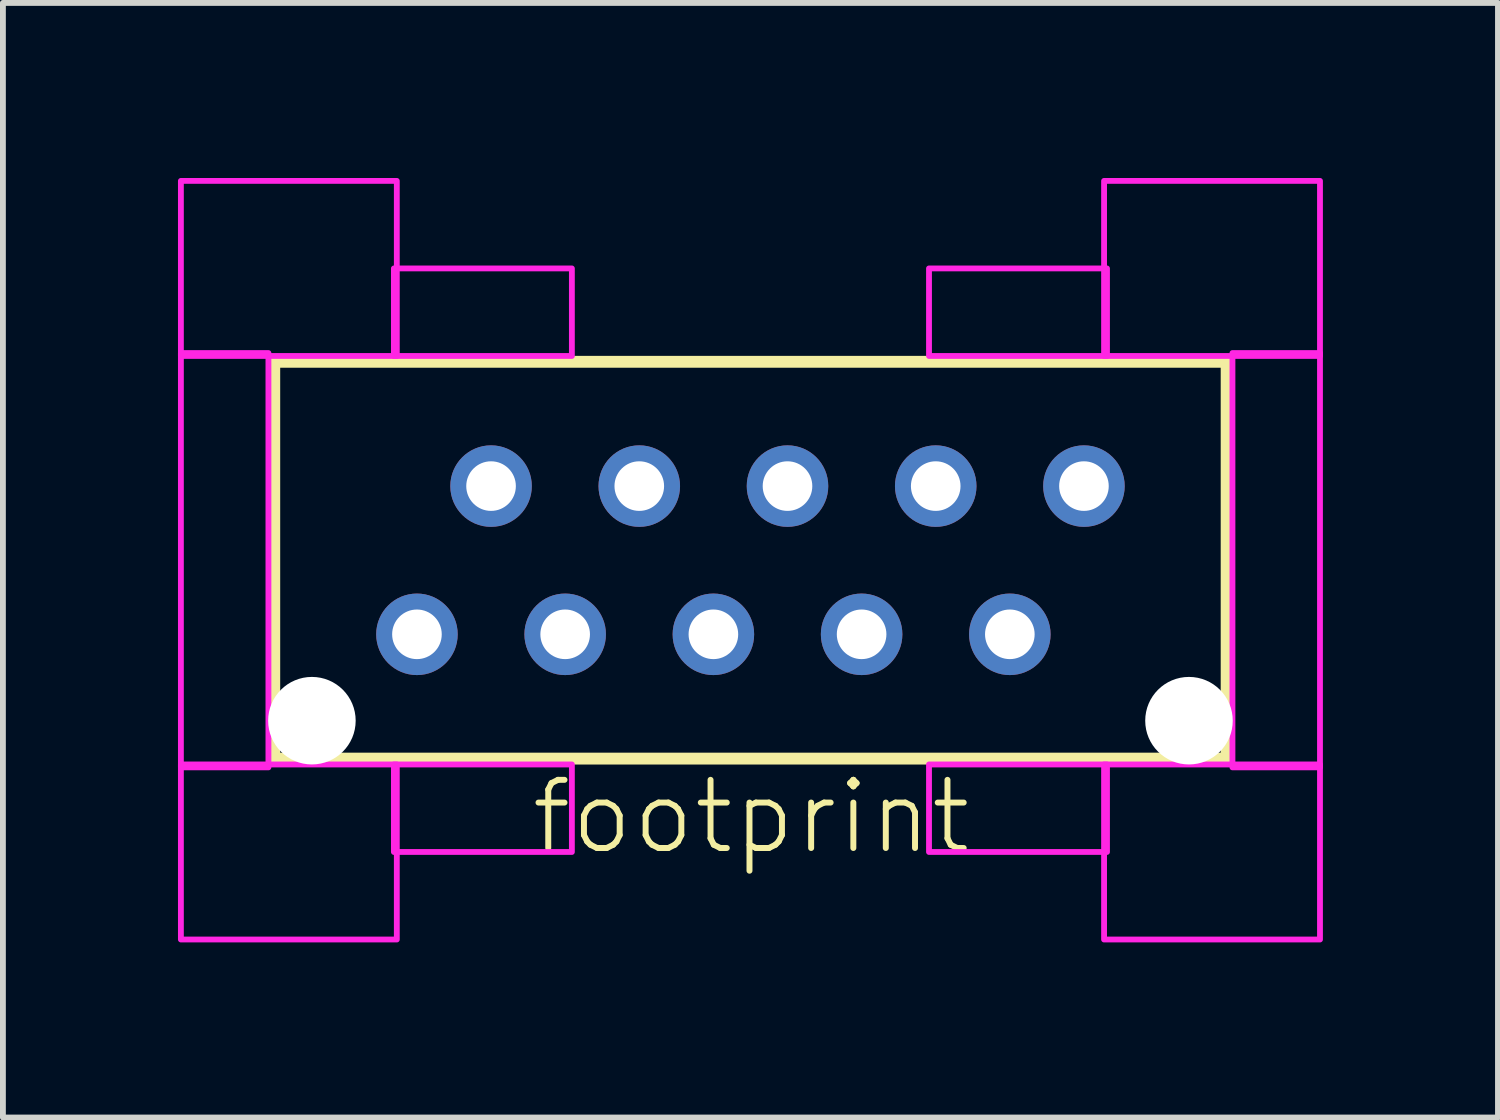
<source format=kicad_pcb>
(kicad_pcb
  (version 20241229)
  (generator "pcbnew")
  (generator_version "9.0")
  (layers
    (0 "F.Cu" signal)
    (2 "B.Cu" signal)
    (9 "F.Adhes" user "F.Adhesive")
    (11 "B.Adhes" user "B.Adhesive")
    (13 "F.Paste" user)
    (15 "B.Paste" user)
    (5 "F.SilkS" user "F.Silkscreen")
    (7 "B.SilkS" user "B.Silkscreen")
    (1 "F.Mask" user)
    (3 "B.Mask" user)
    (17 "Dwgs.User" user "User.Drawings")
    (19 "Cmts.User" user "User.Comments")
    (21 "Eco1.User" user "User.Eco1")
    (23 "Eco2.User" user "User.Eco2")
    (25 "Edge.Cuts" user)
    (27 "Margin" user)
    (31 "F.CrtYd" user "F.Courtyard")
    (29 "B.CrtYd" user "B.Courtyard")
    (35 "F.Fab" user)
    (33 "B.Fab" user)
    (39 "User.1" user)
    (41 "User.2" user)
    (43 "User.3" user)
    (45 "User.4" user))
  (footprint "footprint"
    (layer "F.Cu")
    (at 9.81 6.55)
    (property "Reference" "footprint" (at -3.81 5.08 0) (layer "F.SilkS") (effects (font (size 1.168 1.168) (thickness 0.102)) (justify left bottom)))
    (fp_line (start -8.16 -3.4) (end 8.16 -3.4) (stroke (width 0.203) (type solid)) (layer "F.SilkS"))
    (fp_line (start -8.16 3.4) (end -8.16 -3.4) (stroke (width 0.203) (type solid)) (layer "F.SilkS"))
    (fp_line (start 8.16 -3.4) (end 8.16 3.4) (stroke (width 0.203) (type solid)) (layer "F.SilkS"))
    (fp_line (start 8.16 3.4) (end -8.16 3.4) (stroke (width 0.203) (type solid)) (layer "F.SilkS"))
    (fp_poly (pts (xy -9.76 -3.5) (xy -6.06 -3.5) (xy -6.06 -6.5) (xy -9.76 -6.5)) (stroke (width 0.1) (type solid)) (fill no) (layer "F.CrtYd"))
    (fp_poly (pts (xy -9.76 3.55) (xy -8.26 3.55) (xy -8.26 -3.55) (xy -9.76 -3.55)) (stroke (width 0.1) (type solid)) (fill no) (layer "F.CrtYd"))
    (fp_poly (pts (xy -9.76 6.5) (xy -6.06 6.5) (xy -6.06 3.5) (xy -9.76 3.5)) (stroke (width 0.1) (type solid)) (fill no) (layer "F.CrtYd"))
    (fp_poly (pts (xy -6.11 -3.5) (xy -3.06 -3.5) (xy -3.06 -5) (xy -6.11 -5)) (stroke (width 0.1) (type solid)) (fill no) (layer "F.CrtYd"))
    (fp_poly (pts (xy -6.11 5) (xy -3.06 5) (xy -3.06 3.5) (xy -6.11 3.5)) (stroke (width 0.1) (type solid)) (fill no) (layer "F.CrtYd"))
    (fp_poly (pts (xy 3.06 -3.5) (xy 6.11 -3.5) (xy 6.11 -5) (xy 3.06 -5)) (stroke (width 0.1) (type solid)) (fill no) (layer "F.CrtYd"))
    (fp_poly (pts (xy 3.06 5) (xy 6.11 5) (xy 6.11 3.5) (xy 3.06 3.5)) (stroke (width 0.1) (type solid)) (fill no) (layer "F.CrtYd"))
    (fp_poly (pts (xy 6.06 -3.5) (xy 9.76 -3.5) (xy 9.76 -6.5) (xy 6.06 -6.5)) (stroke (width 0.1) (type solid)) (fill no) (layer "F.CrtYd"))
    (fp_poly (pts (xy 6.06 6.5) (xy 9.76 6.5) (xy 9.76 3.5) (xy 6.06 3.5)) (stroke (width 0.1) (type solid)) (fill no) (layer "F.CrtYd"))
    (fp_poly (pts (xy 8.26 3.55) (xy 9.76 3.55) (xy 9.76 -3.55) (xy 8.26 -3.55)) (stroke (width 0.1) (type solid)) (fill no) (layer "F.CrtYd"))
    (pad "" np_thru_hole circle (at -7.515 2.75) (size 1.5 1.5) (drill 1.5) (layers "*.Cu" "*.Mask"))
    (pad "" np_thru_hole circle (at 7.515 2.75) (size 1.5 1.5) (drill 1.5) (layers "*.Cu" "*.Mask"))
    (pad "1" thru_hole circle (at -5.715 1.27) (size 1.397 1.397) (drill 0.85) (layers "*.Cu" "*.Mask"))
    (pad "2" thru_hole circle (at -4.445 -1.27) (size 1.397 1.397) (drill 0.85) (layers "*.Cu" "*.Mask"))
    (pad "3" thru_hole circle (at -3.175 1.27) (size 1.397 1.397) (drill 0.85) (layers "*.Cu" "*.Mask"))
    (pad "4" thru_hole circle (at -1.905 -1.27) (size 1.397 1.397) (drill 0.85) (layers "*.Cu" "*.Mask"))
    (pad "5" thru_hole circle (at -0.635 1.27) (size 1.397 1.397) (drill 0.85) (layers "*.Cu" "*.Mask"))
    (pad "6" thru_hole circle (at 0.635 -1.27) (size 1.397 1.397) (drill 0.85) (layers "*.Cu" "*.Mask"))
    (pad "7" thru_hole circle (at 1.905 1.27) (size 1.397 1.397) (drill 0.85) (layers "*.Cu" "*.Mask"))
    (pad "8" thru_hole circle (at 3.175 -1.27) (size 1.397 1.397) (drill 0.85) (layers "*.Cu" "*.Mask"))
    (pad "9" thru_hole circle (at 4.445 1.27) (size 1.397 1.397) (drill 0.85) (layers "*.Cu" "*.Mask"))
    (pad "10" thru_hole circle (at 5.715 -1.27) (size 1.397 1.397) (drill 0.85) (layers "*.Cu" "*.Mask")))
  (gr_rect
    (start -3 -3)
    (end 22.62 16.1)
    (stroke (width 0.1) (type default))
    (fill no)
    (layer "Edge.Cuts")))
</source>
